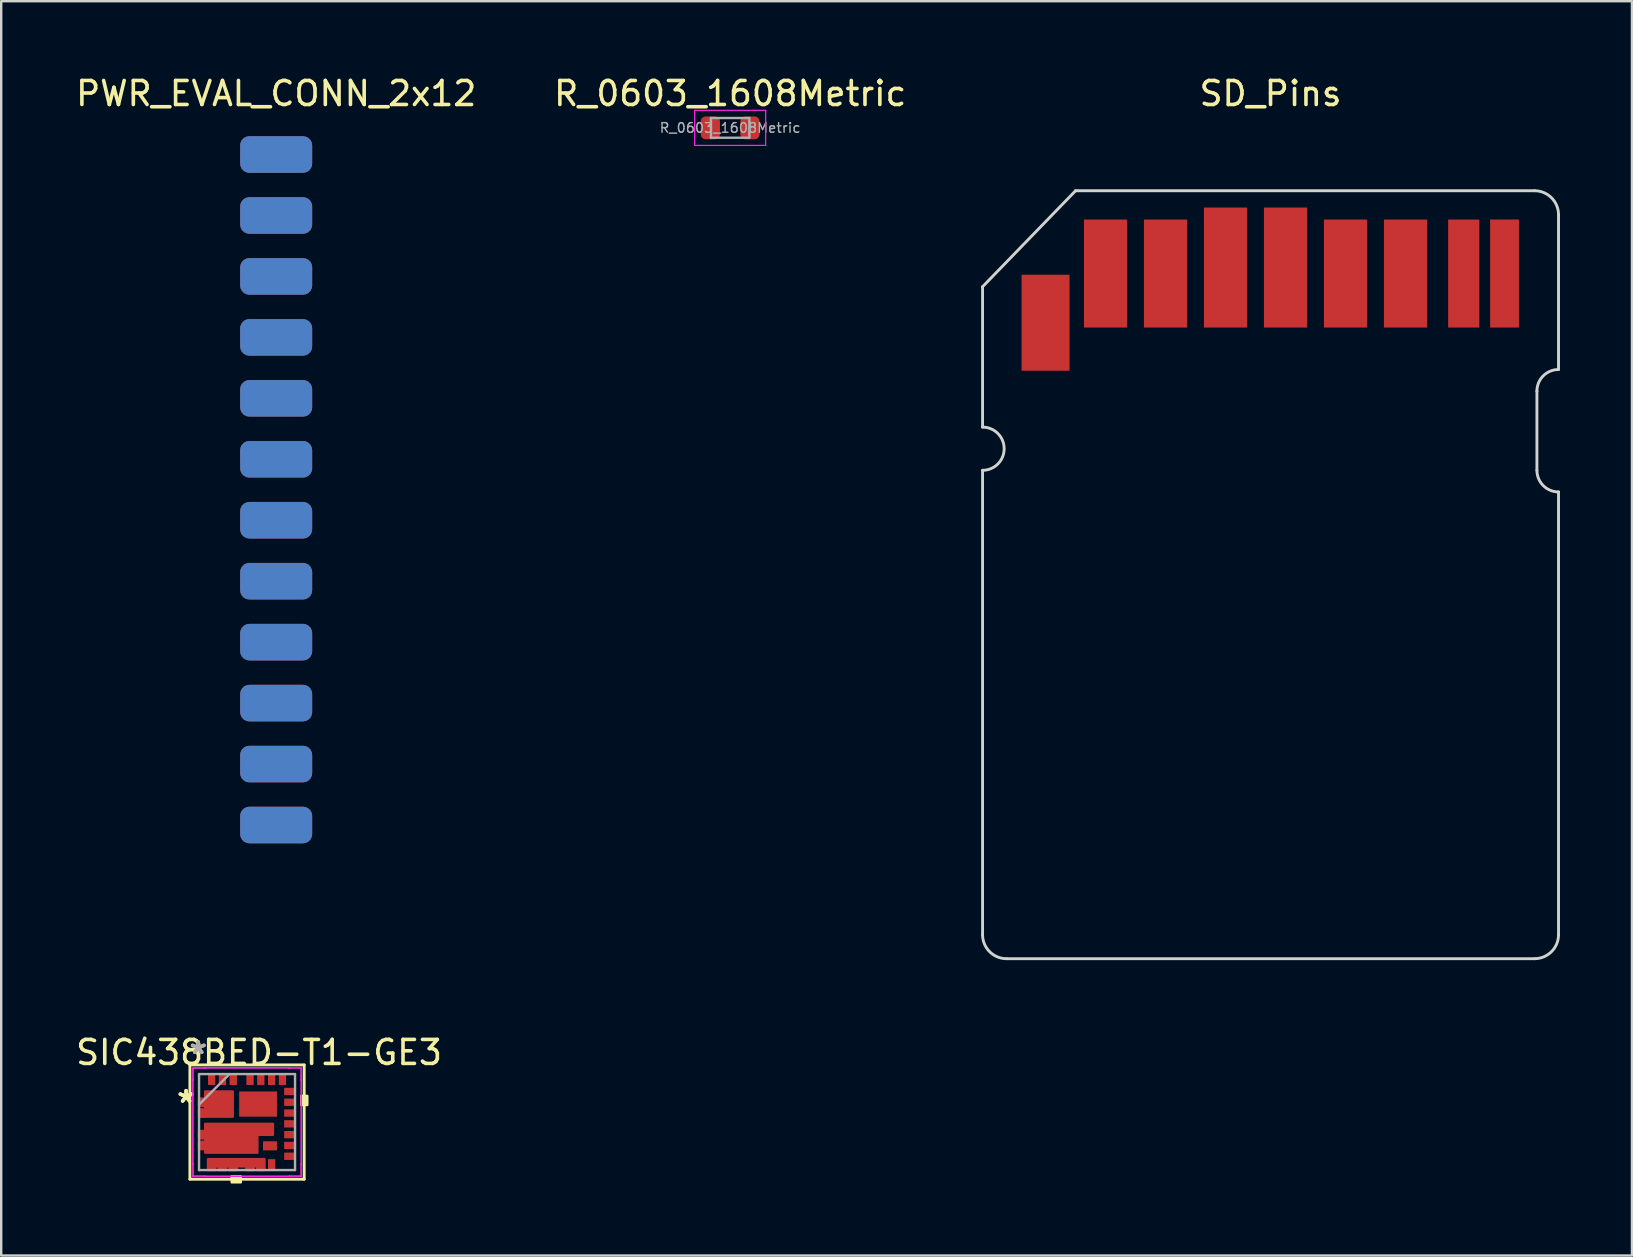
<source format=kicad_pcb>
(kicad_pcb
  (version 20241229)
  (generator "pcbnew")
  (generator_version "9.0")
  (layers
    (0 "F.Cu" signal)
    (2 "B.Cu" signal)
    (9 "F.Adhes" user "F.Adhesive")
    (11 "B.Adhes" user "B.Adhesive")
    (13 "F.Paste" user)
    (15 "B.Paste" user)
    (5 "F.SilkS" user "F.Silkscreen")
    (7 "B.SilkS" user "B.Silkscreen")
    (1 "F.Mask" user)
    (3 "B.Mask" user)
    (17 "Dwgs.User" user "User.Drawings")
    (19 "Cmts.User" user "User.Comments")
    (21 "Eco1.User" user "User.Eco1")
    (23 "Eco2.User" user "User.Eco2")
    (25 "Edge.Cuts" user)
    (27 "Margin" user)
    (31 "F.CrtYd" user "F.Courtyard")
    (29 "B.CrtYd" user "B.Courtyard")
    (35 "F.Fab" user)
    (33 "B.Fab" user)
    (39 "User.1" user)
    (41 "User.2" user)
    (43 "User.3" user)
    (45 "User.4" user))
  (footprint "R_0603_1608Metric"
    (layer "F.Cu")
    (at 27.375 2.278)
    (property "Reference" "R_0603_1608Metric" (at 0 -1.43 0) (layer "F.SilkS") (effects (font (size 1 1) (thickness 0.15))))
    (attr smd)
    (fp_line (start -1.48 -0.73) (end 1.48 -0.73) (stroke (width 0.05) (type solid)) (layer "F.CrtYd"))
    (fp_line (start -1.48 0.73) (end -1.48 -0.73) (stroke (width 0.05) (type solid)) (layer "F.CrtYd"))
    (fp_line (start 1.48 -0.73) (end 1.48 0.73) (stroke (width 0.05) (type solid)) (layer "F.CrtYd"))
    (fp_line (start 1.48 0.73) (end -1.48 0.73) (stroke (width 0.05) (type solid)) (layer "F.CrtYd"))
    (fp_line (start -0.8 -0.412) (end 0.8 -0.412) (stroke (width 0.1) (type solid)) (layer "F.Fab"))
    (fp_line (start -0.8 0.412) (end -0.8 -0.412) (stroke (width 0.1) (type solid)) (layer "F.Fab"))
    (fp_line (start 0.8 -0.412) (end 0.8 0.412) (stroke (width 0.1) (type solid)) (layer "F.Fab"))
    (fp_line (start 0.8 0.412) (end -0.8 0.412) (stroke (width 0.1) (type solid)) (layer "F.Fab"))
    (fp_text user "${REFERENCE}" (at 0 0 0) (layer "F.Fab") (effects (font (size 0.4 0.4) (thickness 0.06))))
    (pad "1" smd roundrect (at -0.825 0) (size 0.8 0.95) (layers "F.Cu" "F.Mask" "F.Paste") (roundrect_rratio 0.25))
    (pad "2" smd roundrect (at 0.825 0) (size 0.8 0.95) (layers "F.Cu" "F.Mask" "F.Paste") (roundrect_rratio 0.25)))
  (footprint "PWR_EVAL_CONN_2x12"
    (layer "F.Cu")
    (at 8.458 3.388)
    (property "Reference" "PWR_EVAL_CONN_2x12" (at 0 -2.54 0) (unlocked yes) (layer "F.SilkS") (effects (font (size 1 1) (thickness 0.15))))
    (attr smd)
    (pad "1" smd roundrect (at 0 0) (size 3 1.524) (layers "B.Cu" "B.Mask") (roundrect_rratio 0.25))
    (pad "2" smd roundrect (at 0 0) (size 3 1.524) (layers "F.Cu" "F.Mask") (roundrect_rratio 0.25))
    (pad "3" smd roundrect (at 0 2.54) (size 3 1.524) (layers "B.Cu" "B.Mask") (roundrect_rratio 0.25))
    (pad "4" smd roundrect (at 0 2.54) (size 3 1.524) (layers "F.Cu" "F.Mask") (roundrect_rratio 0.25))
    (pad "5" smd roundrect (at 0 5.08) (size 3 1.524) (layers "B.Cu" "B.Mask") (roundrect_rratio 0.25))
    (pad "6" smd roundrect (at 0 5.08) (size 3 1.524) (layers "F.Cu" "F.Mask") (roundrect_rratio 0.25))
    (pad "7" smd roundrect (at 0 7.62) (size 3 1.524) (layers "B.Cu" "B.Mask") (roundrect_rratio 0.25))
    (pad "8" smd roundrect (at 0 7.62) (size 3 1.524) (layers "F.Cu" "F.Mask") (roundrect_rratio 0.25))
    (pad "9" smd roundrect (at 0 10.16) (size 3 1.524) (layers "B.Cu" "B.Mask") (roundrect_rratio 0.25))
    (pad "10" smd roundrect (at 0 10.16) (size 3 1.524) (layers "F.Cu" "F.Mask") (roundrect_rratio 0.25))
    (pad "11" smd roundrect (at 0 12.7) (size 3 1.524) (layers "B.Cu" "B.Mask") (roundrect_rratio 0.25))
    (pad "12" smd roundrect (at 0 12.7) (size 3 1.524) (layers "F.Cu" "F.Mask") (roundrect_rratio 0.25))
    (pad "13" smd roundrect (at 0 15.24) (size 3 1.524) (layers "B.Cu" "B.Mask") (roundrect_rratio 0.25))
    (pad "14" smd roundrect (at 0 15.24) (size 3 1.524) (layers "F.Cu" "F.Mask") (roundrect_rratio 0.25))
    (pad "15" smd roundrect (at 0 17.78) (size 3 1.524) (layers "B.Cu" "B.Mask") (roundrect_rratio 0.25))
    (pad "16" smd roundrect (at 0 17.78) (size 3 1.524) (layers "F.Cu" "F.Mask") (roundrect_rratio 0.25))
    (pad "17" smd roundrect (at 0 20.32) (size 3 1.524) (layers "B.Cu" "B.Mask") (roundrect_rratio 0.25))
    (pad "18" smd roundrect (at 0 20.32) (size 3 1.524) (layers "F.Cu" "F.Mask") (roundrect_rratio 0.25))
    (pad "19" smd roundrect (at 0 22.86) (size 3 1.524) (layers "B.Cu" "B.Mask") (roundrect_rratio 0.25))
    (pad "20" smd roundrect (at 0 22.86) (size 3 1.524) (layers "F.Cu" "F.Mask") (roundrect_rratio 0.25))
    (pad "21" smd roundrect (at 0 25.4) (size 3 1.524) (layers "B.Cu" "B.Mask") (roundrect_rratio 0.25))
    (pad "22" smd roundrect (at 0 25.4) (size 3 1.524) (layers "F.Cu" "F.Mask") (roundrect_rratio 0.25))
    (pad "23" smd roundrect (at 0 27.94) (size 3 1.524) (layers "B.Cu" "B.Mask") (roundrect_rratio 0.25))
    (pad "24" smd roundrect (at 0 27.94) (size 3 1.524) (layers "F.Cu" "F.Mask") (roundrect_rratio 0.25)))
  (footprint "SD_Pins"
    (layer "F.Cu")
    (at 49.893 8.348)
    (property "Reference" "SD_Pins" (at 0 -7.5 0) (unlocked yes) (layer "F.SilkS") (effects (font (size 1 1) (thickness 0.15))))
    (attr smd)
    (fp_line (start -12 6.4) (end -12 0.55) (stroke (width 0.12) (type default)) (layer "Edge.Cuts"))
    (fp_line (start -12 8.2) (end -12 27.55) (stroke (width 0.12) (type default)) (layer "Edge.Cuts"))
    (fp_line (start -8.125 -3.45) (end -12 0.55) (stroke (width 0.12) (type default)) (layer "Edge.Cuts"))
    (fp_line (start -8.125 -3.45) (end 11 -3.45) (stroke (width 0.12) (type default)) (layer "Edge.Cuts"))
    (fp_line (start 11 28.55) (end -11 28.55) (stroke (width 0.12) (type default)) (layer "Edge.Cuts"))
    (fp_line (start 11.1 8.2) (end 11.1 4.9) (stroke (width 0.12) (type default)) (layer "Edge.Cuts"))
    (fp_line (start 12 4) (end 12 -2.45) (stroke (width 0.12) (type default)) (layer "Edge.Cuts"))
    (fp_line (start 12 9.1) (end 12 27.55) (stroke (width 0.12) (type default)) (layer "Edge.Cuts"))
    (fp_arc (start -12 6.4) (mid -11.1 7.3) (end -12 8.2) (stroke (width 0.12) (type default)) (layer "Edge.Cuts"))
    (fp_arc (start -11 28.55) (mid -11.707106 28.257107) (end -12 27.55) (stroke (width 0.12) (type default)) (layer "Edge.Cuts"))
    (fp_arc (start 11 -3.45) (mid 11.707106 -3.157107) (end 12 -2.45) (stroke (width 0.12) (type default)) (layer "Edge.Cuts"))
    (fp_arc (start 11.1 4.9) (mid 11.363604 4.263604) (end 12 4) (stroke (width 0.12) (type default)) (layer "Edge.Cuts"))
    (fp_arc (start 12 9.1) (mid 11.363604 8.836396) (end 11.1 8.2) (stroke (width 0.12) (type default)) (layer "Edge.Cuts"))
    (fp_arc (start 12 27.55) (mid 11.707107 28.257106) (end 11 28.55) (stroke (width 0.12) (type default)) (layer "Edge.Cuts"))
    (fp_rect (start -10 2.2) (end 10 27.45) (stroke (width 0.12) (type default)) (fill no) (layer "User.3"))
    (pad "1" smd rect (at -6.875 0 90) (size 4.5 1.8) (layers "F.Cu" "F.Mask"))
    (pad "2" smd rect (at -4.375 0 90) (size 4.5 1.8) (layers "F.Cu" "F.Mask"))
    (pad "3" smd rect (at -1.875 -0.25 90) (size 5 1.8) (layers "F.Cu" "F.Mask"))
    (pad "4" smd rect (at 0.625 -0.25 90) (size 5 1.8) (layers "F.Cu" "F.Mask"))
    (pad "5" smd rect (at 3.125 0 90) (size 4.5 1.8) (layers "F.Cu" "F.Mask"))
    (pad "6" smd rect (at 5.625 0 90) (size 4.5 1.8) (layers "F.Cu" "F.Mask"))
    (pad "7" smd rect (at 8.05 0 90) (size 4.5 1.3) (layers "F.Cu" "F.Mask"))
    (pad "8" smd rect (at 9.75 0 90) (size 4.5 1.2) (layers "F.Cu" "F.Mask"))
    (pad "9" smd rect (at -9.375 2.05 90) (size 4 2) (layers "F.Cu" "F.Mask")))
  (footprint "SIC438BED-T1-GE3"
    (layer "F.Cu")
    (at 7.244 43.706)
    (property "Reference" "SIC438BED-T1-GE3" (at 0.5 -2.9 0) (layer "F.SilkS") (effects (font (size 1 1) (thickness 0.15))))
    (attr through_hole)
    (fp_poly (pts (xy -2 -0.977) (xy -1.746 -0.977) (xy -1.746 -1.275) (xy -0.596 -1.275) (xy -0.596 -0.225) (xy -2 -0.223) (xy -2 -0.527) (xy -1.746 -0.527) (xy -1.746 -0.673) (xy -2 -0.673)) (stroke (width 0.1) (type solid)) (fill yes) (layer "F.Cu"))
    (fp_poly (pts (xy -1.746 1.275) (xy -1.746 1.127) (xy -2 1.127) (xy -2 0.823) (xy -1.746 0.823) (xy -1.746 0.677) (xy -2 0.677) (xy -2 0.373) (xy -1.746 0.373) (xy -1.746 0.075) (xy 1.079 0.076) (xy 1.079 0.53) (xy 0.429 0.53) (xy 0.429 1.275)) (stroke (width 0.1) (type solid)) (fill yes) (layer "F.Cu"))
    (fp_poly (pts (xy -1.628 2) (xy -1.628 1.546) (xy 0.728 1.546) (xy 0.728 2) (xy 0.423 2) (xy 0.423 1.848) (xy 0.277 1.848) (xy 0.277 2) (xy -0.027 2) (xy -0.027 1.848) (xy -0.423 1.848) (xy -0.423 2) (xy -0.727 2) (xy -0.727 1.848) (xy -0.873 1.848) (xy -0.873 2) (xy -1.178 2) (xy -1.178 1.848) (xy -1.323 1.848) (xy -1.323 2)) (stroke (width 0.1) (type solid)) (fill yes) (layer "F.Cu"))
    (fp_poly (pts (xy -2 -0.977) (xy -1.746 -0.977) (xy -1.746 -1.275) (xy -0.596 -1.275) (xy -0.596 -0.225) (xy -2 -0.223) (xy -2 -0.527) (xy -1.746 -0.527) (xy -1.746 -0.673) (xy -2 -0.673)) (stroke (width 0.1) (type solid)) (fill yes) (layer "F.Mask"))
    (fp_poly (pts (xy -1.746 1.275) (xy -1.746 1.127) (xy -2 1.127) (xy -2 0.823) (xy -1.746 0.823) (xy -1.746 0.677) (xy -2 0.677) (xy -2 0.373) (xy -1.746 0.373) (xy -1.746 0.075) (xy 1.079 0.076) (xy 1.079 0.53) (xy 0.429 0.53) (xy 0.429 1.275)) (stroke (width 0.1) (type solid)) (fill yes) (layer "F.Mask"))
    (fp_poly (pts (xy -1.628 1.546) (xy 0.728 1.546) (xy 0.728 2) (xy 0.423 2) (xy 0.423 1.848) (xy 0.277 1.848) (xy 0.277 2) (xy -0.027 2) (xy -0.027 1.848) (xy -0.423 1.848) (xy -0.423 2) (xy -0.727 2) (xy -0.727 1.848) (xy -0.873 1.848) (xy -0.873 2) (xy -1.178 2) (xy -1.178 1.848) (xy -1.323 1.848) (xy -1.323 2) (xy -1.628 2)) (stroke (width 0.1) (type solid)) (fill yes) (layer "F.Mask"))
    (fp_line (start -2.381 -2.381) (end -2.381 2.381) (stroke (width 0.12) (type solid)) (layer "F.SilkS"))
    (fp_line (start -2.381 2.381) (end 2.381 2.381) (stroke (width 0.12) (type solid)) (layer "F.SilkS"))
    (fp_line (start 2.381 -2.381) (end -2.381 -2.381) (stroke (width 0.12) (type solid)) (layer "F.SilkS"))
    (fp_line (start 2.381 2.381) (end 2.381 -2.381) (stroke (width 0.12) (type solid)) (layer "F.SilkS"))
    (fp_poly (pts (xy -0.641 2.258) (xy -0.641 2.512) (xy -0.26 2.512) (xy -0.26 2.258)) (stroke (width 0.1) (type solid)) (fill yes) (layer "F.SilkS"))
    (fp_poly (pts (xy 2.512 -1.091) (xy 2.512 -0.71) (xy 2.258 -0.71) (xy 2.258 -1.091)) (stroke (width 0.1) (type solid)) (fill yes) (layer "F.SilkS"))
    (fp_poly (pts (xy -2 -0.977) (xy -1.746 -0.977) (xy -1.746 -1.275) (xy -0.596 -1.275) (xy -0.596 -0.225) (xy -2 -0.223) (xy -2 -0.527) (xy -1.746 -0.527) (xy -1.746 -0.673) (xy -2 -0.673)) (stroke (width 0.1) (type solid)) (fill yes) (layer "F.Paste"))
    (fp_poly (pts (xy -1.746 0.075) (xy 1.079 0.076) (xy 1.079 0.53) (xy 0.429 0.53) (xy 0.429 1.275) (xy -1.746 1.275) (xy -1.746 1.127) (xy -2 1.127) (xy -2 0.823) (xy -1.746 0.823) (xy -1.746 0.677) (xy -2 0.677) (xy -2 0.373) (xy -1.746 0.373)) (stroke (width 0.1) (type solid)) (fill yes) (layer "F.Paste"))
    (fp_poly (pts (xy -0.727 2) (xy -0.727 1.848) (xy -0.873 1.848) (xy -0.873 2) (xy -1.178 2) (xy -1.178 1.848) (xy -1.323 1.848) (xy -1.323 2) (xy -1.628 2) (xy -1.628 1.546) (xy 0.728 1.546) (xy 0.728 2) (xy 0.423 2) (xy 0.423 1.848) (xy 0.277 1.848) (xy 0.277 2) (xy -0.027 2) (xy -0.027 1.848) (xy -0.423 1.848) (xy -0.423 2)) (stroke (width 0.1) (type solid)) (fill yes) (layer "F.Paste"))
    (fp_line (start -2.258 -1.756) (end -2.254 -1.756) (stroke (width 0.05) (type solid)) (layer "F.CrtYd"))
    (fp_line (start -2.258 -1.756) (end -2.254 -1.756) (stroke (width 0.05) (type solid)) (layer "F.CrtYd"))
    (fp_line (start -2.258 1.756) (end -2.258 -1.756) (stroke (width 0.05) (type solid)) (layer "F.CrtYd"))
    (fp_line (start -2.258 1.756) (end -2.258 -1.756) (stroke (width 0.05) (type solid)) (layer "F.CrtYd"))
    (fp_line (start -2.254 -2.254) (end -1.757 -2.254) (stroke (width 0.05) (type solid)) (layer "F.CrtYd"))
    (fp_line (start -2.254 -2.254) (end -1.757 -2.254) (stroke (width 0.05) (type solid)) (layer "F.CrtYd"))
    (fp_line (start -2.254 -1.756) (end -2.254 -2.254) (stroke (width 0.05) (type solid)) (layer "F.CrtYd"))
    (fp_line (start -2.254 -1.756) (end -2.254 -2.254) (stroke (width 0.05) (type solid)) (layer "F.CrtYd"))
    (fp_line (start -2.254 1.756) (end -2.258 1.756) (stroke (width 0.05) (type solid)) (layer "F.CrtYd"))
    (fp_line (start -2.254 1.756) (end -2.258 1.756) (stroke (width 0.05) (type solid)) (layer "F.CrtYd"))
    (fp_line (start -2.254 2.254) (end -2.254 1.756) (stroke (width 0.05) (type solid)) (layer "F.CrtYd"))
    (fp_line (start -2.254 2.254) (end -2.254 1.756) (stroke (width 0.05) (type solid)) (layer "F.CrtYd"))
    (fp_line (start -1.757 -2.258) (end 1.757 -2.258) (stroke (width 0.05) (type solid)) (layer "F.CrtYd"))
    (fp_line (start -1.757 -2.258) (end 1.757 -2.258) (stroke (width 0.05) (type solid)) (layer "F.CrtYd"))
    (fp_line (start -1.757 -2.254) (end -1.757 -2.258) (stroke (width 0.05) (type solid)) (layer "F.CrtYd"))
    (fp_line (start -1.757 -2.254) (end -1.757 -2.258) (stroke (width 0.05) (type solid)) (layer "F.CrtYd"))
    (fp_line (start -1.757 2.254) (end -2.254 2.254) (stroke (width 0.05) (type solid)) (layer "F.CrtYd"))
    (fp_line (start -1.757 2.254) (end -2.254 2.254) (stroke (width 0.05) (type solid)) (layer "F.CrtYd"))
    (fp_line (start -1.757 2.258) (end -1.757 2.254) (stroke (width 0.05) (type solid)) (layer "F.CrtYd"))
    (fp_line (start -1.757 2.258) (end -1.757 2.254) (stroke (width 0.05) (type solid)) (layer "F.CrtYd"))
    (fp_line (start 1.757 -2.258) (end 1.757 -2.254) (stroke (width 0.05) (type solid)) (layer "F.CrtYd"))
    (fp_line (start 1.757 -2.258) (end 1.757 -2.254) (stroke (width 0.05) (type solid)) (layer "F.CrtYd"))
    (fp_line (start 1.757 -2.254) (end 2.254 -2.254) (stroke (width 0.05) (type solid)) (layer "F.CrtYd"))
    (fp_line (start 1.757 -2.254) (end 2.254 -2.254) (stroke (width 0.05) (type solid)) (layer "F.CrtYd"))
    (fp_line (start 1.757 2.254) (end 1.757 2.258) (stroke (width 0.05) (type solid)) (layer "F.CrtYd"))
    (fp_line (start 1.757 2.254) (end 1.757 2.258) (stroke (width 0.05) (type solid)) (layer "F.CrtYd"))
    (fp_line (start 1.757 2.258) (end -1.757 2.258) (stroke (width 0.05) (type solid)) (layer "F.CrtYd"))
    (fp_line (start 1.757 2.258) (end -1.757 2.258) (stroke (width 0.05) (type solid)) (layer "F.CrtYd"))
    (fp_line (start 2.254 -2.254) (end 2.254 -1.756) (stroke (width 0.05) (type solid)) (layer "F.CrtYd"))
    (fp_line (start 2.254 -2.254) (end 2.254 -1.756) (stroke (width 0.05) (type solid)) (layer "F.CrtYd"))
    (fp_line (start 2.254 -1.756) (end 2.258 -1.756) (stroke (width 0.05) (type solid)) (layer "F.CrtYd"))
    (fp_line (start 2.254 -1.756) (end 2.258 -1.756) (stroke (width 0.05) (type solid)) (layer "F.CrtYd"))
    (fp_line (start 2.254 1.756) (end 2.254 2.254) (stroke (width 0.05) (type solid)) (layer "F.CrtYd"))
    (fp_line (start 2.254 1.756) (end 2.254 2.254) (stroke (width 0.05) (type solid)) (layer "F.CrtYd"))
    (fp_line (start 2.254 2.254) (end 1.757 2.254) (stroke (width 0.05) (type solid)) (layer "F.CrtYd"))
    (fp_line (start 2.254 2.254) (end 1.757 2.254) (stroke (width 0.05) (type solid)) (layer "F.CrtYd"))
    (fp_line (start 2.258 -1.756) (end 2.258 1.756) (stroke (width 0.05) (type solid)) (layer "F.CrtYd"))
    (fp_line (start 2.258 -1.756) (end 2.258 1.756) (stroke (width 0.05) (type solid)) (layer "F.CrtYd"))
    (fp_line (start 2.258 1.756) (end 2.254 1.756) (stroke (width 0.05) (type solid)) (layer "F.CrtYd"))
    (fp_line (start 2.258 1.756) (end 2.254 1.756) (stroke (width 0.05) (type solid)) (layer "F.CrtYd"))
    (fp_line (start -2 -2) (end -2 2) (stroke (width 0.1) (type solid)) (layer "F.Fab"))
    (fp_line (start -2 -0.73) (end -0.73 -2) (stroke (width 0.1) (type solid)) (layer "F.Fab"))
    (fp_line (start -2 2) (end 2 2) (stroke (width 0.1) (type solid)) (layer "F.Fab"))
    (fp_line (start 2 -2) (end -2 -2) (stroke (width 0.1) (type solid)) (layer "F.Fab"))
    (fp_line (start 2 2) (end 2 -2) (stroke (width 0.1) (type solid)) (layer "F.Fab"))
    (fp_text user "*" (at -2.54 -0.762 0) (layer "F.SilkS") (effects (font (size 1 1) (thickness 0.15))))
    (fp_text user "*" (at -2.54 -0.762 0) (layer "F.SilkS") (effects (font (size 1 1) (thickness 0.15))))
    (fp_text user "*" (at -2.032 -2.794 0) (layer "F.Fab") (effects (font (size 1 1) (thickness 0.15))))
    (fp_text user "*" (at -2.032 -2.794 0) (layer "F.Fab") (effects (font (size 1 1) (thickness 0.15))))
    (pad "1" smd rect (at -1.873 -0.825 90) (size 0.305 0.254) (layers "F.Cu" "F.Mask" "F.Paste"))
    (pad "2" smd rect (at -1.873 -0.375 90) (size 0.305 0.254) (layers "F.Cu" "F.Mask" "F.Paste"))
    (pad "3" smd rect (at -1.873 0.525 90) (size 0.305 0.254) (layers "F.Cu" "F.Mask" "F.Paste"))
    (pad "4" smd rect (at -1.873 0.975 90) (size 0.305 0.254) (layers "F.Cu" "F.Mask" "F.Paste"))
    (pad "5" smd rect (at -1.475 1.924) (size 0.305 0.152) (layers "F.Cu" "F.Mask" "F.Paste"))
    (pad "6" smd rect (at -1.025 1.924) (size 0.305 0.152) (layers "F.Cu" "F.Mask" "F.Paste"))
    (pad "7" smd rect (at -0.575 1.924) (size 0.305 0.152) (layers "F.Cu" "F.Mask" "F.Paste"))
    (pad "8" smd rect (at 0.125 1.924) (size 0.305 0.152) (layers "F.Cu" "F.Mask" "F.Paste"))
    (pad "9" smd rect (at 0.575 1.924) (size 0.305 0.152) (layers "F.Cu" "F.Mask" "F.Paste"))
    (pad "10" smd rect (at 1.025 1.775) (size 0.305 0.457) (layers "F.Cu" "F.Mask" "F.Paste"))
    (pad "11" smd rect (at 1.775 1.425 90) (size 0.305 0.457) (layers "F.Cu" "F.Mask" "F.Paste"))
    (pad "12" smd rect (at 1.775 0.975 90) (size 0.305 0.457) (layers "F.Cu" "F.Mask" "F.Paste"))
    (pad "13" smd rect (at 1.775 0.525 90) (size 0.305 0.457) (layers "F.Cu" "F.Mask" "F.Paste"))
    (pad "14" smd rect (at 1.775 0.075 90) (size 0.305 0.457) (layers "F.Cu" "F.Mask" "F.Paste"))
    (pad "15" smd rect (at 1.775 -0.375 90) (size 0.305 0.457) (layers "F.Cu" "F.Mask" "F.Paste"))
    (pad "16" smd rect (at 1.775 -0.825 90) (size 0.305 0.457) (layers "F.Cu" "F.Mask" "F.Paste"))
    (pad "17" smd rect (at 1.775 -1.275 90) (size 0.305 0.457) (layers "F.Cu" "F.Mask" "F.Paste"))
    (pad "18" smd rect (at 1.475 -1.775) (size 0.305 0.457) (layers "F.Cu" "F.Mask" "F.Paste"))
    (pad "19" smd rect (at 1.025 -1.775) (size 0.305 0.457) (layers "F.Cu" "F.Mask" "F.Paste"))
    (pad "20" smd rect (at 0.575 -1.775) (size 0.305 0.457) (layers "F.Cu" "F.Mask" "F.Paste"))
    (pad "21" smd rect (at 0.125 -1.775) (size 0.305 0.457) (layers "F.Cu" "F.Mask" "F.Paste"))
    (pad "22" smd rect (at -0.575 -1.775) (size 0.305 0.457) (layers "F.Cu" "F.Mask" "F.Paste"))
    (pad "23" smd rect (at -1.025 -1.775) (size 0.305 0.457) (layers "F.Cu" "F.Mask" "F.Paste"))
    (pad "24" smd rect (at -1.475 -1.775) (size 0.305 0.457) (layers "F.Cu" "F.Mask" "F.Paste"))
    (pad "25" smd rect (at 0.459 -0.75) (size 1.575 1.05) (layers "F.Cu" "F.Mask" "F.Paste"))
    (pad "26" smd circle (at -1.143 -0.762) (size 0.127 0.127) (layers "F.Cu" "F.Mask" "F.Paste"))
    (pad "27" smd circle (at -0.635 0.635) (size 0.127 0.127) (layers "F.Cu" "F.Mask" "F.Paste"))
    (pad "28" smd rect (at 0.956 0.99) (size 0.58 0.38) (layers "F.Cu" "F.Mask" "F.Paste")))
  (gr_rect
    (start -3 -3)
    (end 64.953 49.268)
    (stroke (width 0.1) (type default))
    (fill no)
    (layer "Edge.Cuts")))
</source>
